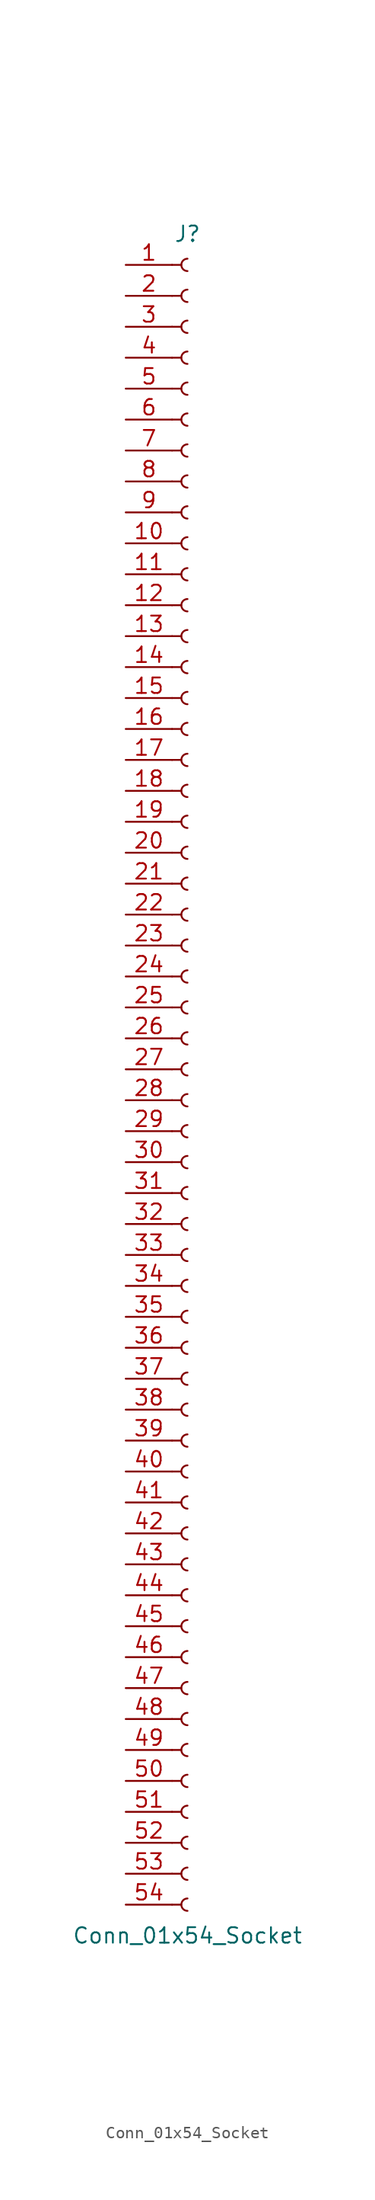
<source format=kicad_sym>
(kicad_symbol_lib
  (version 20241209)
  (generator "kicad_symbol_editor")
  (generator_version "9.0")
  (symbol "Conn_01x54_Socket"
    (pin_names
      (offset 1.016)
      (hide yes))
    (property "Reference" "J"
      (at 0 68.58 0)
      (effects (font (size 1.27 1.27))))
    (property "Value" "Conn_01x54_Socket"
      (at 0 -71.12 0)
      (effects (font (size 1.27 1.27))))
    (property "ki_locked" ""
      (at 0 0 0)
      (effects (font (size 1.27 1.27))))
    (symbol "Conn_01x54_Socket_1_1"
      (polyline (pts (xy -1.27 66.04) (xy -0.508 66.04)) (stroke (width 0.152) (type default)) (fill (type none)))
      (polyline (pts (xy -1.27 63.5) (xy -0.508 63.5)) (stroke (width 0.152) (type default)) (fill (type none)))
      (polyline (pts (xy -1.27 60.96) (xy -0.508 60.96)) (stroke (width 0.152) (type default)) (fill (type none)))
      (polyline (pts (xy -1.27 58.42) (xy -0.508 58.42)) (stroke (width 0.152) (type default)) (fill (type none)))
      (polyline (pts (xy -1.27 55.88) (xy -0.508 55.88)) (stroke (width 0.152) (type default)) (fill (type none)))
      (polyline (pts (xy -1.27 53.34) (xy -0.508 53.34)) (stroke (width 0.152) (type default)) (fill (type none)))
      (polyline (pts (xy -1.27 50.8) (xy -0.508 50.8)) (stroke (width 0.152) (type default)) (fill (type none)))
      (polyline (pts (xy -1.27 48.26) (xy -0.508 48.26)) (stroke (width 0.152) (type default)) (fill (type none)))
      (polyline (pts (xy -1.27 45.72) (xy -0.508 45.72)) (stroke (width 0.152) (type default)) (fill (type none)))
      (polyline (pts (xy -1.27 43.18) (xy -0.508 43.18)) (stroke (width 0.152) (type default)) (fill (type none)))
      (polyline (pts (xy -1.27 40.64) (xy -0.508 40.64)) (stroke (width 0.152) (type default)) (fill (type none)))
      (polyline (pts (xy -1.27 38.1) (xy -0.508 38.1)) (stroke (width 0.152) (type default)) (fill (type none)))
      (polyline (pts (xy -1.27 35.56) (xy -0.508 35.56)) (stroke (width 0.152) (type default)) (fill (type none)))
      (polyline (pts (xy -1.27 33.02) (xy -0.508 33.02)) (stroke (width 0.152) (type default)) (fill (type none)))
      (polyline (pts (xy -1.27 30.48) (xy -0.508 30.48)) (stroke (width 0.152) (type default)) (fill (type none)))
      (polyline (pts (xy -1.27 27.94) (xy -0.508 27.94)) (stroke (width 0.152) (type default)) (fill (type none)))
      (polyline (pts (xy -1.27 25.4) (xy -0.508 25.4)) (stroke (width 0.152) (type default)) (fill (type none)))
      (polyline (pts (xy -1.27 22.86) (xy -0.508 22.86)) (stroke (width 0.152) (type default)) (fill (type none)))
      (polyline (pts (xy -1.27 20.32) (xy -0.508 20.32)) (stroke (width 0.152) (type default)) (fill (type none)))
      (polyline (pts (xy -1.27 17.78) (xy -0.508 17.78)) (stroke (width 0.152) (type default)) (fill (type none)))
      (polyline (pts (xy -1.27 15.24) (xy -0.508 15.24)) (stroke (width 0.152) (type default)) (fill (type none)))
      (polyline (pts (xy -1.27 12.7) (xy -0.508 12.7)) (stroke (width 0.152) (type default)) (fill (type none)))
      (polyline (pts (xy -1.27 10.16) (xy -0.508 10.16)) (stroke (width 0.152) (type default)) (fill (type none)))
      (polyline (pts (xy -1.27 7.62) (xy -0.508 7.62)) (stroke (width 0.152) (type default)) (fill (type none)))
      (polyline (pts (xy -1.27 5.08) (xy -0.508 5.08)) (stroke (width 0.152) (type default)) (fill (type none)))
      (polyline (pts (xy -1.27 2.54) (xy -0.508 2.54)) (stroke (width 0.152) (type default)) (fill (type none)))
      (polyline (pts (xy -1.27 0) (xy -0.508 0)) (stroke (width 0.152) (type default)) (fill (type none)))
      (polyline (pts (xy -1.27 -2.54) (xy -0.508 -2.54)) (stroke (width 0.152) (type default)) (fill (type none)))
      (polyline (pts (xy -1.27 -5.08) (xy -0.508 -5.08)) (stroke (width 0.152) (type default)) (fill (type none)))
      (polyline (pts (xy -1.27 -7.62) (xy -0.508 -7.62)) (stroke (width 0.152) (type default)) (fill (type none)))
      (polyline (pts (xy -1.27 -10.16) (xy -0.508 -10.16)) (stroke (width 0.152) (type default)) (fill (type none)))
      (polyline (pts (xy -1.27 -12.7) (xy -0.508 -12.7)) (stroke (width 0.152) (type default)) (fill (type none)))
      (polyline (pts (xy -1.27 -15.24) (xy -0.508 -15.24)) (stroke (width 0.152) (type default)) (fill (type none)))
      (polyline (pts (xy -1.27 -17.78) (xy -0.508 -17.78)) (stroke (width 0.152) (type default)) (fill (type none)))
      (polyline (pts (xy -1.27 -20.32) (xy -0.508 -20.32)) (stroke (width 0.152) (type default)) (fill (type none)))
      (polyline (pts (xy -1.27 -22.86) (xy -0.508 -22.86)) (stroke (width 0.152) (type default)) (fill (type none)))
      (polyline (pts (xy -1.27 -25.4) (xy -0.508 -25.4)) (stroke (width 0.152) (type default)) (fill (type none)))
      (polyline (pts (xy -1.27 -27.94) (xy -0.508 -27.94)) (stroke (width 0.152) (type default)) (fill (type none)))
      (polyline (pts (xy -1.27 -30.48) (xy -0.508 -30.48)) (stroke (width 0.152) (type default)) (fill (type none)))
      (polyline (pts (xy -1.27 -33.02) (xy -0.508 -33.02)) (stroke (width 0.152) (type default)) (fill (type none)))
      (polyline (pts (xy -1.27 -35.56) (xy -0.508 -35.56)) (stroke (width 0.152) (type default)) (fill (type none)))
      (polyline (pts (xy -1.27 -38.1) (xy -0.508 -38.1)) (stroke (width 0.152) (type default)) (fill (type none)))
      (polyline (pts (xy -1.27 -40.64) (xy -0.508 -40.64)) (stroke (width 0.152) (type default)) (fill (type none)))
      (polyline (pts (xy -1.27 -43.18) (xy -0.508 -43.18)) (stroke (width 0.152) (type default)) (fill (type none)))
      (polyline (pts (xy -1.27 -45.72) (xy -0.508 -45.72)) (stroke (width 0.152) (type default)) (fill (type none)))
      (polyline (pts (xy -1.27 -48.26) (xy -0.508 -48.26)) (stroke (width 0.152) (type default)) (fill (type none)))
      (polyline (pts (xy -1.27 -50.8) (xy -0.508 -50.8)) (stroke (width 0.152) (type default)) (fill (type none)))
      (polyline (pts (xy -1.27 -53.34) (xy -0.508 -53.34)) (stroke (width 0.152) (type default)) (fill (type none)))
      (polyline (pts (xy -1.27 -55.88) (xy -0.508 -55.88)) (stroke (width 0.152) (type default)) (fill (type none)))
      (polyline (pts (xy -1.27 -58.42) (xy -0.508 -58.42)) (stroke (width 0.152) (type default)) (fill (type none)))
      (polyline (pts (xy -1.27 -60.96) (xy -0.508 -60.96)) (stroke (width 0.152) (type default)) (fill (type none)))
      (polyline (pts (xy -1.27 -63.5) (xy -0.508 -63.5)) (stroke (width 0.152) (type default)) (fill (type none)))
      (polyline (pts (xy -1.27 -66.04) (xy -0.508 -66.04)) (stroke (width 0.152) (type default)) (fill (type none)))
      (polyline (pts (xy -1.27 -68.58) (xy -0.508 -68.58)) (stroke (width 0.152) (type default)) (fill (type none)))
      (arc (start 0 65.532) (mid -0.5058 66.04) (end 0 66.548) (stroke (width 0.1524) (type default)) (fill (type none)))
      (arc (start 0 62.992) (mid -0.5058 63.5) (end 0 64.008) (stroke (width 0.1524) (type default)) (fill (type none)))
      (arc (start 0 60.452) (mid -0.5058 60.96) (end 0 61.468) (stroke (width 0.1524) (type default)) (fill (type none)))
      (arc (start 0 57.912) (mid -0.5058 58.42) (end 0 58.928) (stroke (width 0.1524) (type default)) (fill (type none)))
      (arc (start 0 55.372) (mid -0.5058 55.88) (end 0 56.388) (stroke (width 0.1524) (type default)) (fill (type none)))
      (arc (start 0 52.832) (mid -0.5058 53.34) (end 0 53.848) (stroke (width 0.1524) (type default)) (fill (type none)))
      (arc (start 0 50.292) (mid -0.5058 50.8) (end 0 51.308) (stroke (width 0.1524) (type default)) (fill (type none)))
      (arc (start 0 47.752) (mid -0.5058 48.26) (end 0 48.768) (stroke (width 0.1524) (type default)) (fill (type none)))
      (arc (start 0 45.212) (mid -0.5058 45.72) (end 0 46.228) (stroke (width 0.1524) (type default)) (fill (type none)))
      (arc (start 0 42.672) (mid -0.5058 43.18) (end 0 43.688) (stroke (width 0.1524) (type default)) (fill (type none)))
      (arc (start 0 40.132) (mid -0.5058 40.64) (end 0 41.148) (stroke (width 0.1524) (type default)) (fill (type none)))
      (arc (start 0 37.592) (mid -0.5058 38.1) (end 0 38.608) (stroke (width 0.1524) (type default)) (fill (type none)))
      (arc (start 0 35.052) (mid -0.5058 35.56) (end 0 36.068) (stroke (width 0.1524) (type default)) (fill (type none)))
      (arc (start 0 32.512) (mid -0.5058 33.02) (end 0 33.528) (stroke (width 0.1524) (type default)) (fill (type none)))
      (arc (start 0 29.972) (mid -0.5058 30.48) (end 0 30.988) (stroke (width 0.1524) (type default)) (fill (type none)))
      (arc (start 0 27.432) (mid -0.5058 27.94) (end 0 28.448) (stroke (width 0.1524) (type default)) (fill (type none)))
      (arc (start 0 24.892) (mid -0.5058 25.4) (end 0 25.908) (stroke (width 0.1524) (type default)) (fill (type none)))
      (arc (start 0 22.352) (mid -0.5058 22.86) (end 0 23.368) (stroke (width 0.1524) (type default)) (fill (type none)))
      (arc (start 0 19.812) (mid -0.5058 20.32) (end 0 20.828) (stroke (width 0.1524) (type default)) (fill (type none)))
      (arc (start 0 17.272) (mid -0.5058 17.78) (end 0 18.288) (stroke (width 0.1524) (type default)) (fill (type none)))
      (arc (start 0 14.732) (mid -0.5058 15.24) (end 0 15.748) (stroke (width 0.1524) (type default)) (fill (type none)))
      (arc (start 0 12.192) (mid -0.5058 12.7) (end 0 13.208) (stroke (width 0.1524) (type default)) (fill (type none)))
      (arc (start 0 9.652) (mid -0.5058 10.16) (end 0 10.668) (stroke (width 0.1524) (type default)) (fill (type none)))
      (arc (start 0 7.112) (mid -0.5058 7.62) (end 0 8.128) (stroke (width 0.1524) (type default)) (fill (type none)))
      (arc (start 0 4.572) (mid -0.5058 5.08) (end 0 5.588) (stroke (width 0.1524) (type default)) (fill (type none)))
      (arc (start 0 2.032) (mid -0.5058 2.54) (end 0 3.048) (stroke (width 0.1524) (type default)) (fill (type none)))
      (arc (start 0 -0.508) (mid -0.5058 0) (end 0 0.508) (stroke (width 0.1524) (type default)) (fill (type none)))
      (arc (start 0 -3.048) (mid -0.5058 -2.54) (end 0 -2.032) (stroke (width 0.1524) (type default)) (fill (type none)))
      (arc (start 0 -5.588) (mid -0.5058 -5.08) (end 0 -4.572) (stroke (width 0.1524) (type default)) (fill (type none)))
      (arc (start 0 -8.128) (mid -0.5058 -7.62) (end 0 -7.112) (stroke (width 0.1524) (type default)) (fill (type none)))
      (arc (start 0 -10.668) (mid -0.5058 -10.16) (end 0 -9.652) (stroke (width 0.1524) (type default)) (fill (type none)))
      (arc (start 0 -13.208) (mid -0.5058 -12.7) (end 0 -12.192) (stroke (width 0.1524) (type default)) (fill (type none)))
      (arc (start 0 -15.748) (mid -0.5058 -15.24) (end 0 -14.732) (stroke (width 0.1524) (type default)) (fill (type none)))
      (arc (start 0 -18.288) (mid -0.5058 -17.78) (end 0 -17.272) (stroke (width 0.1524) (type default)) (fill (type none)))
      (arc (start 0 -20.828) (mid -0.5058 -20.32) (end 0 -19.812) (stroke (width 0.1524) (type default)) (fill (type none)))
      (arc (start 0 -23.368) (mid -0.5058 -22.86) (end 0 -22.352) (stroke (width 0.1524) (type default)) (fill (type none)))
      (arc (start 0 -25.908) (mid -0.5058 -25.4) (end 0 -24.892) (stroke (width 0.1524) (type default)) (fill (type none)))
      (arc (start 0 -28.448) (mid -0.5058 -27.94) (end 0 -27.432) (stroke (width 0.1524) (type default)) (fill (type none)))
      (arc (start 0 -30.988) (mid -0.5058 -30.48) (end 0 -29.972) (stroke (width 0.1524) (type default)) (fill (type none)))
      (arc (start 0 -33.528) (mid -0.5058 -33.02) (end 0 -32.512) (stroke (width 0.1524) (type default)) (fill (type none)))
      (arc (start 0 -36.068) (mid -0.5058 -35.56) (end 0 -35.052) (stroke (width 0.1524) (type default)) (fill (type none)))
      (arc (start 0 -38.608) (mid -0.5058 -38.1) (end 0 -37.592) (stroke (width 0.1524) (type default)) (fill (type none)))
      (arc (start 0 -41.148) (mid -0.5058 -40.64) (end 0 -40.132) (stroke (width 0.1524) (type default)) (fill (type none)))
      (arc (start 0 -43.688) (mid -0.5058 -43.18) (end 0 -42.672) (stroke (width 0.1524) (type default)) (fill (type none)))
      (arc (start 0 -46.228) (mid -0.5058 -45.72) (end 0 -45.212) (stroke (width 0.1524) (type default)) (fill (type none)))
      (arc (start 0 -48.768) (mid -0.5058 -48.26) (end 0 -47.752) (stroke (width 0.1524) (type default)) (fill (type none)))
      (arc (start 0 -51.308) (mid -0.5058 -50.8) (end 0 -50.292) (stroke (width 0.1524) (type default)) (fill (type none)))
      (arc (start 0 -53.848) (mid -0.5058 -53.34) (end 0 -52.832) (stroke (width 0.1524) (type default)) (fill (type none)))
      (arc (start 0 -56.388) (mid -0.5058 -55.88) (end 0 -55.372) (stroke (width 0.1524) (type default)) (fill (type none)))
      (arc (start 0 -58.928) (mid -0.5058 -58.42) (end 0 -57.912) (stroke (width 0.1524) (type default)) (fill (type none)))
      (arc (start 0 -61.468) (mid -0.5058 -60.96) (end 0 -60.452) (stroke (width 0.1524) (type default)) (fill (type none)))
      (arc (start 0 -64.008) (mid -0.5058 -63.5) (end 0 -62.992) (stroke (width 0.1524) (type default)) (fill (type none)))
      (arc (start 0 -66.548) (mid -0.5058 -66.04) (end 0 -65.532) (stroke (width 0.1524) (type default)) (fill (type none)))
      (arc (start 0 -69.088) (mid -0.5058 -68.58) (end 0 -68.072) (stroke (width 0.1524) (type default)) (fill (type none)))
      (pin passive line (at -5.08 66.04 0) (length 3.81) (name "Pin_1" (effects (font (size 1.27 1.27)))) (number "1" (effects (font (size 1.27 1.27)))))
      (pin passive line (at -5.08 63.5 0) (length 3.81) (name "Pin_2" (effects (font (size 1.27 1.27)))) (number "2" (effects (font (size 1.27 1.27)))))
      (pin passive line (at -5.08 60.96 0) (length 3.81) (name "Pin_3" (effects (font (size 1.27 1.27)))) (number "3" (effects (font (size 1.27 1.27)))))
      (pin passive line (at -5.08 58.42 0) (length 3.81) (name "Pin_4" (effects (font (size 1.27 1.27)))) (number "4" (effects (font (size 1.27 1.27)))))
      (pin passive line (at -5.08 55.88 0) (length 3.81) (name "Pin_5" (effects (font (size 1.27 1.27)))) (number "5" (effects (font (size 1.27 1.27)))))
      (pin passive line (at -5.08 53.34 0) (length 3.81) (name "Pin_6" (effects (font (size 1.27 1.27)))) (number "6" (effects (font (size 1.27 1.27)))))
      (pin passive line (at -5.08 50.8 0) (length 3.81) (name "Pin_7" (effects (font (size 1.27 1.27)))) (number "7" (effects (font (size 1.27 1.27)))))
      (pin passive line (at -5.08 48.26 0) (length 3.81) (name "Pin_8" (effects (font (size 1.27 1.27)))) (number "8" (effects (font (size 1.27 1.27)))))
      (pin passive line (at -5.08 45.72 0) (length 3.81) (name "Pin_9" (effects (font (size 1.27 1.27)))) (number "9" (effects (font (size 1.27 1.27)))))
      (pin passive line (at -5.08 43.18 0) (length 3.81) (name "Pin_10" (effects (font (size 1.27 1.27)))) (number "10" (effects (font (size 1.27 1.27)))))
      (pin passive line (at -5.08 40.64 0) (length 3.81) (name "Pin_11" (effects (font (size 1.27 1.27)))) (number "11" (effects (font (size 1.27 1.27)))))
      (pin passive line (at -5.08 38.1 0) (length 3.81) (name "Pin_12" (effects (font (size 1.27 1.27)))) (number "12" (effects (font (size 1.27 1.27)))))
      (pin passive line (at -5.08 35.56 0) (length 3.81) (name "Pin_13" (effects (font (size 1.27 1.27)))) (number "13" (effects (font (size 1.27 1.27)))))
      (pin passive line (at -5.08 33.02 0) (length 3.81) (name "Pin_14" (effects (font (size 1.27 1.27)))) (number "14" (effects (font (size 1.27 1.27)))))
      (pin passive line (at -5.08 30.48 0) (length 3.81) (name "Pin_15" (effects (font (size 1.27 1.27)))) (number "15" (effects (font (size 1.27 1.27)))))
      (pin passive line (at -5.08 27.94 0) (length 3.81) (name "Pin_16" (effects (font (size 1.27 1.27)))) (number "16" (effects (font (size 1.27 1.27)))))
      (pin passive line (at -5.08 25.4 0) (length 3.81) (name "Pin_17" (effects (font (size 1.27 1.27)))) (number "17" (effects (font (size 1.27 1.27)))))
      (pin passive line (at -5.08 22.86 0) (length 3.81) (name "Pin_18" (effects (font (size 1.27 1.27)))) (number "18" (effects (font (size 1.27 1.27)))))
      (pin passive line (at -5.08 20.32 0) (length 3.81) (name "Pin_19" (effects (font (size 1.27 1.27)))) (number "19" (effects (font (size 1.27 1.27)))))
      (pin passive line (at -5.08 17.78 0) (length 3.81) (name "Pin_20" (effects (font (size 1.27 1.27)))) (number "20" (effects (font (size 1.27 1.27)))))
      (pin passive line (at -5.08 15.24 0) (length 3.81) (name "Pin_21" (effects (font (size 1.27 1.27)))) (number "21" (effects (font (size 1.27 1.27)))))
      (pin passive line (at -5.08 12.7 0) (length 3.81) (name "Pin_22" (effects (font (size 1.27 1.27)))) (number "22" (effects (font (size 1.27 1.27)))))
      (pin passive line (at -5.08 10.16 0) (length 3.81) (name "Pin_23" (effects (font (size 1.27 1.27)))) (number "23" (effects (font (size 1.27 1.27)))))
      (pin passive line (at -5.08 7.62 0) (length 3.81) (name "Pin_24" (effects (font (size 1.27 1.27)))) (number "24" (effects (font (size 1.27 1.27)))))
      (pin passive line (at -5.08 5.08 0) (length 3.81) (name "Pin_25" (effects (font (size 1.27 1.27)))) (number "25" (effects (font (size 1.27 1.27)))))
      (pin passive line (at -5.08 2.54 0) (length 3.81) (name "Pin_26" (effects (font (size 1.27 1.27)))) (number "26" (effects (font (size 1.27 1.27)))))
      (pin passive line (at -5.08 0 0) (length 3.81) (name "Pin_27" (effects (font (size 1.27 1.27)))) (number "27" (effects (font (size 1.27 1.27)))))
      (pin passive line (at -5.08 -2.54 0) (length 3.81) (name "Pin_28" (effects (font (size 1.27 1.27)))) (number "28" (effects (font (size 1.27 1.27)))))
      (pin passive line (at -5.08 -5.08 0) (length 3.81) (name "Pin_29" (effects (font (size 1.27 1.27)))) (number "29" (effects (font (size 1.27 1.27)))))
      (pin passive line (at -5.08 -7.62 0) (length 3.81) (name "Pin_30" (effects (font (size 1.27 1.27)))) (number "30" (effects (font (size 1.27 1.27)))))
      (pin passive line (at -5.08 -10.16 0) (length 3.81) (name "Pin_31" (effects (font (size 1.27 1.27)))) (number "31" (effects (font (size 1.27 1.27)))))
      (pin passive line (at -5.08 -12.7 0) (length 3.81) (name "Pin_32" (effects (font (size 1.27 1.27)))) (number "32" (effects (font (size 1.27 1.27)))))
      (pin passive line (at -5.08 -15.24 0) (length 3.81) (name "Pin_33" (effects (font (size 1.27 1.27)))) (number "33" (effects (font (size 1.27 1.27)))))
      (pin passive line (at -5.08 -17.78 0) (length 3.81) (name "Pin_34" (effects (font (size 1.27 1.27)))) (number "34" (effects (font (size 1.27 1.27)))))
      (pin passive line (at -5.08 -20.32 0) (length 3.81) (name "Pin_35" (effects (font (size 1.27 1.27)))) (number "35" (effects (font (size 1.27 1.27)))))
      (pin passive line (at -5.08 -22.86 0) (length 3.81) (name "Pin_36" (effects (font (size 1.27 1.27)))) (number "36" (effects (font (size 1.27 1.27)))))
      (pin passive line (at -5.08 -25.4 0) (length 3.81) (name "Pin_37" (effects (font (size 1.27 1.27)))) (number "37" (effects (font (size 1.27 1.27)))))
      (pin passive line (at -5.08 -27.94 0) (length 3.81) (name "Pin_38" (effects (font (size 1.27 1.27)))) (number "38" (effects (font (size 1.27 1.27)))))
      (pin passive line (at -5.08 -30.48 0) (length 3.81) (name "Pin_39" (effects (font (size 1.27 1.27)))) (number "39" (effects (font (size 1.27 1.27)))))
      (pin passive line (at -5.08 -33.02 0) (length 3.81) (name "Pin_40" (effects (font (size 1.27 1.27)))) (number "40" (effects (font (size 1.27 1.27)))))
      (pin passive line (at -5.08 -35.56 0) (length 3.81) (name "Pin_41" (effects (font (size 1.27 1.27)))) (number "41" (effects (font (size 1.27 1.27)))))
      (pin passive line (at -5.08 -38.1 0) (length 3.81) (name "Pin_42" (effects (font (size 1.27 1.27)))) (number "42" (effects (font (size 1.27 1.27)))))
      (pin passive line (at -5.08 -40.64 0) (length 3.81) (name "Pin_43" (effects (font (size 1.27 1.27)))) (number "43" (effects (font (size 1.27 1.27)))))
      (pin passive line (at -5.08 -43.18 0) (length 3.81) (name "Pin_44" (effects (font (size 1.27 1.27)))) (number "44" (effects (font (size 1.27 1.27)))))
      (pin passive line (at -5.08 -45.72 0) (length 3.81) (name "Pin_45" (effects (font (size 1.27 1.27)))) (number "45" (effects (font (size 1.27 1.27)))))
      (pin passive line (at -5.08 -48.26 0) (length 3.81) (name "Pin_46" (effects (font (size 1.27 1.27)))) (number "46" (effects (font (size 1.27 1.27)))))
      (pin passive line (at -5.08 -50.8 0) (length 3.81) (name "Pin_47" (effects (font (size 1.27 1.27)))) (number "47" (effects (font (size 1.27 1.27)))))
      (pin passive line (at -5.08 -53.34 0) (length 3.81) (name "Pin_48" (effects (font (size 1.27 1.27)))) (number "48" (effects (font (size 1.27 1.27)))))
      (pin passive line (at -5.08 -55.88 0) (length 3.81) (name "Pin_49" (effects (font (size 1.27 1.27)))) (number "49" (effects (font (size 1.27 1.27)))))
      (pin passive line (at -5.08 -58.42 0) (length 3.81) (name "Pin_50" (effects (font (size 1.27 1.27)))) (number "50" (effects (font (size 1.27 1.27)))))
      (pin passive line (at -5.08 -60.96 0) (length 3.81) (name "Pin_51" (effects (font (size 1.27 1.27)))) (number "51" (effects (font (size 1.27 1.27)))))
      (pin passive line (at -5.08 -63.5 0) (length 3.81) (name "Pin_52" (effects (font (size 1.27 1.27)))) (number "52" (effects (font (size 1.27 1.27)))))
      (pin passive line (at -5.08 -66.04 0) (length 3.81) (name "Pin_53" (effects (font (size 1.27 1.27)))) (number "53" (effects (font (size 1.27 1.27)))))
      (pin passive line (at -5.08 -68.58 0) (length 3.81) (name "Pin_54" (effects (font (size 1.27 1.27)))) (number "54" (effects (font (size 1.27 1.27))))))))
</source>
